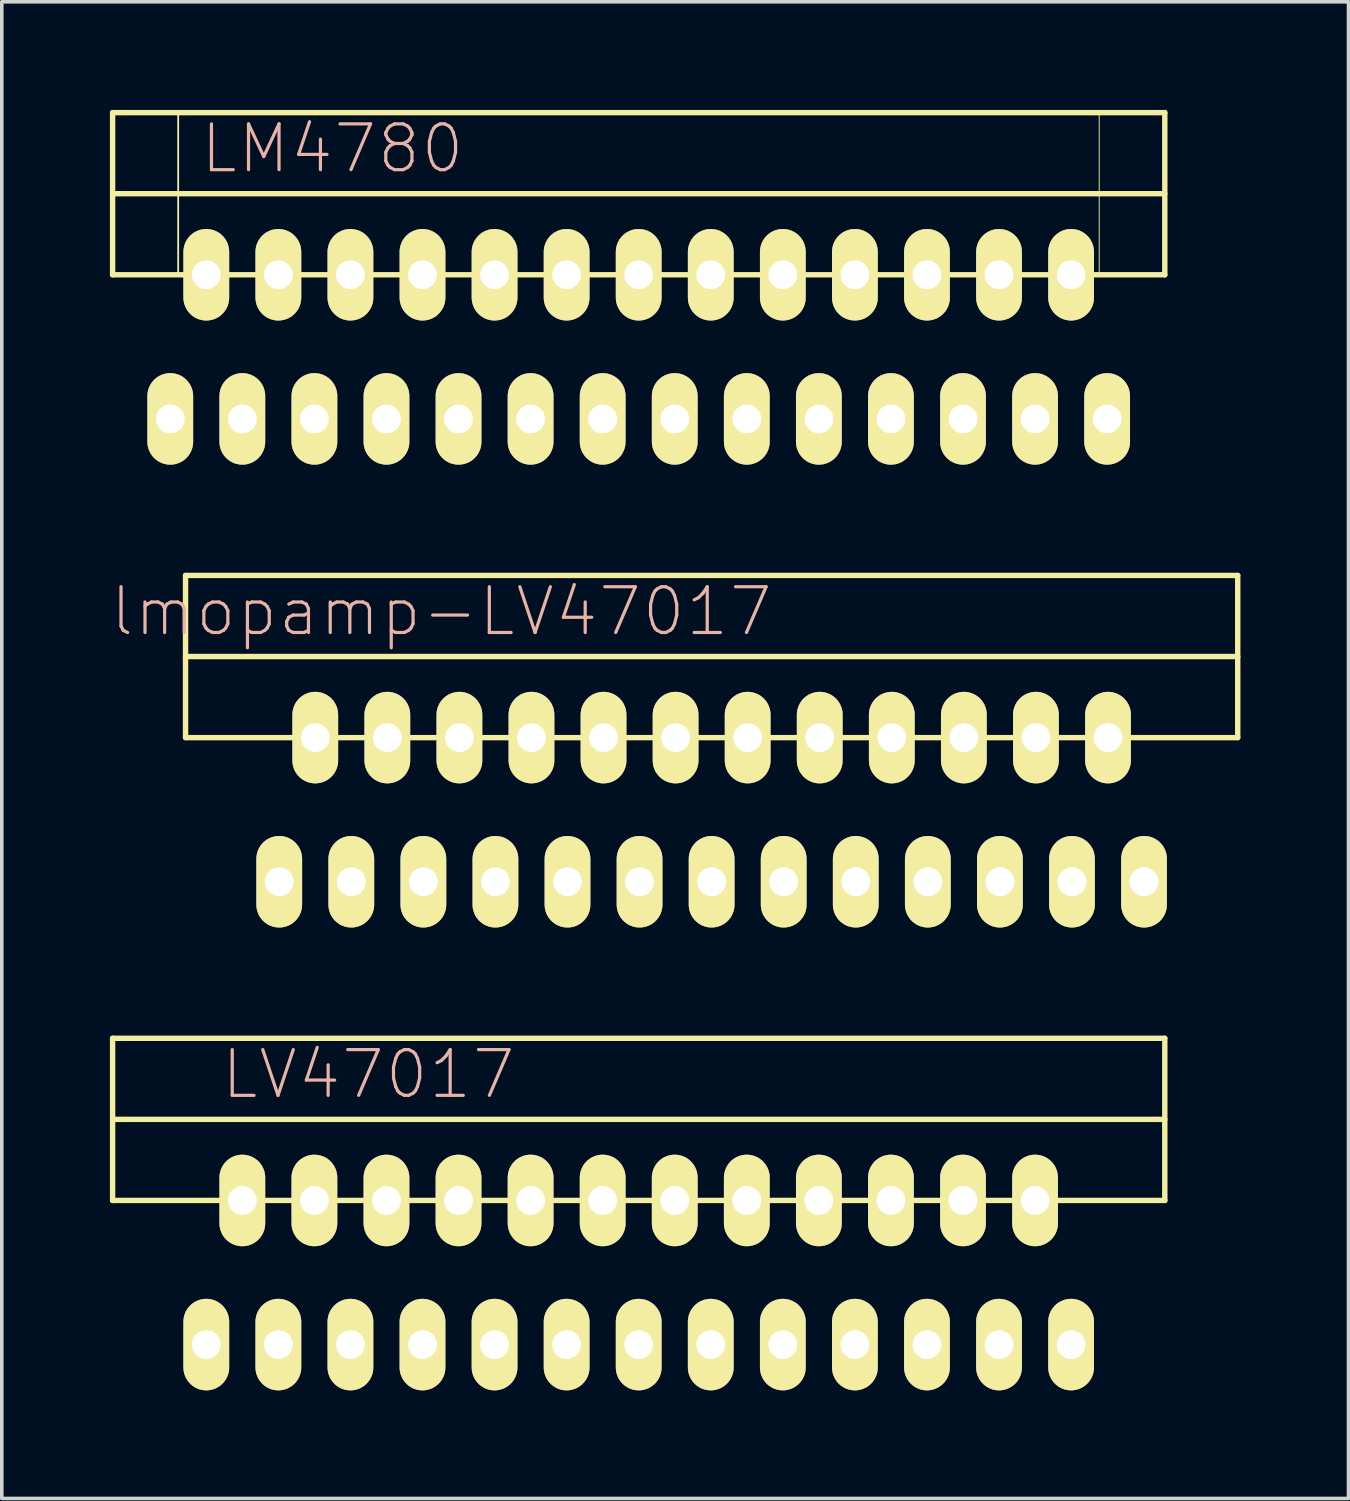
<source format=kicad_pcb>
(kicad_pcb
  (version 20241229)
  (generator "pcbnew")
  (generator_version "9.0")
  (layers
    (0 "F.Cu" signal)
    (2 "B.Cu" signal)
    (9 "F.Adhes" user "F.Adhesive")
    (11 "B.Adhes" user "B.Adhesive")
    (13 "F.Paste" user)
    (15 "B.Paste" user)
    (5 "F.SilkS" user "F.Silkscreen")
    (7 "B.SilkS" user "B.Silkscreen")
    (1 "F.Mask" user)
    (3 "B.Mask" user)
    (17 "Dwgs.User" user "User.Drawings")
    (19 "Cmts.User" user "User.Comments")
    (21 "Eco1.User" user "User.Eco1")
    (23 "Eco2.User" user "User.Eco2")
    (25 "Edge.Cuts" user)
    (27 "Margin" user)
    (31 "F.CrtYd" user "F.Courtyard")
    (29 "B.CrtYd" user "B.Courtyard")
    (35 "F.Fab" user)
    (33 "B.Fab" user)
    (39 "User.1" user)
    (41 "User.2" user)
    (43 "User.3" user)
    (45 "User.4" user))
  (footprint "lmopamp-LV47017"
    (layer "F.Cu")
    (at 16.699 17.42)
    (property "Reference" "lmopamp-LV47017" (at -7.5 -3.5 0) (layer "B.SilkS") (effects (font (size 1.27 1.27) (thickness 0.089))))
    (attr exclude_from_pos_files exclude_from_bom)
    (fp_line (start -14.6 -4.5) (end 14.6 -4.5) (stroke (width 0.15) (type solid)) (layer "F.SilkS"))
    (fp_line (start -14.6 -2.25) (end 14.6 -2.25) (stroke (width 0.15) (type solid)) (layer "F.SilkS"))
    (fp_line (start -14.6 0) (end -14.6 -4.5) (stroke (width 0.15) (type solid)) (layer "F.SilkS"))
    (fp_line (start 14.6 -4.5) (end 14.6 0) (stroke (width 0.15) (type solid)) (layer "F.SilkS"))
    (fp_line (start 14.6 0) (end -14.6 0) (stroke (width 0.15) (type solid)) (layer "F.SilkS"))
    (pad "1" thru_hole oval (at -12 4) (size 1.27 2.54) (drill 0.8) (layers "*.Cu" "F.Mask" "F.SilkS" "F.Paste"))
    (pad "2" thru_hole oval (at -11 0) (size 1.27 2.54) (drill 0.8) (layers "*.Cu" "F.Mask" "F.SilkS" "F.Paste"))
    (pad "3" thru_hole oval (at -10 4) (size 1.27 2.54) (drill 0.8) (layers "*.Cu" "F.Mask" "F.SilkS" "F.Paste"))
    (pad "4" thru_hole oval (at -9 0) (size 1.27 2.54) (drill 0.8) (layers "*.Cu" "F.Mask" "F.SilkS" "F.Paste"))
    (pad "5" thru_hole oval (at -8 4) (size 1.27 2.54) (drill 0.8) (layers "*.Cu" "F.Mask" "F.SilkS" "F.Paste"))
    (pad "6" thru_hole oval (at -7 0) (size 1.27 2.54) (drill 0.8) (layers "*.Cu" "F.Mask" "F.SilkS" "F.Paste"))
    (pad "7" thru_hole oval (at -6 4) (size 1.27 2.54) (drill 0.8) (layers "*.Cu" "F.Mask" "F.SilkS" "F.Paste"))
    (pad "8" thru_hole oval (at -5 0) (size 1.27 2.54) (drill 0.8) (layers "*.Cu" "F.Mask" "F.SilkS" "F.Paste"))
    (pad "9" thru_hole oval (at -4 4) (size 1.27 2.54) (drill 0.8) (layers "*.Cu" "F.Mask" "F.SilkS" "F.Paste"))
    (pad "10" thru_hole oval (at -3 0) (size 1.27 2.54) (drill 0.8) (layers "*.Cu" "F.Mask" "F.SilkS" "F.Paste"))
    (pad "11" thru_hole oval (at -2 4) (size 1.27 2.54) (drill 0.8) (layers "*.Cu" "F.Mask" "F.SilkS" "F.Paste"))
    (pad "12" thru_hole oval (at -1 0) (size 1.27 2.54) (drill 0.8) (layers "*.Cu" "F.Mask" "F.SilkS" "F.Paste"))
    (pad "13" thru_hole oval (at 0 4) (size 1.27 2.54) (drill 0.8) (layers "*.Cu" "F.Mask" "F.SilkS" "F.Paste"))
    (pad "14" thru_hole oval (at 1 0) (size 1.27 2.54) (drill 0.8) (layers "*.Cu" "F.Mask" "F.SilkS" "F.Paste"))
    (pad "15" thru_hole oval (at 2 4) (size 1.27 2.54) (drill 0.8) (layers "*.Cu" "F.Mask" "F.SilkS" "F.Paste"))
    (pad "16" thru_hole oval (at 3 0) (size 1.27 2.54) (drill 0.8) (layers "*.Cu" "F.Mask" "F.SilkS" "F.Paste"))
    (pad "17" thru_hole oval (at 4 4) (size 1.27 2.54) (drill 0.8) (layers "*.Cu" "F.Mask" "F.SilkS" "F.Paste"))
    (pad "18" thru_hole oval (at 5 0) (size 1.27 2.54) (drill 0.8) (layers "*.Cu" "F.Mask" "F.SilkS" "F.Paste"))
    (pad "19" thru_hole oval (at 6 4) (size 1.27 2.54) (drill 0.8) (layers "*.Cu" "F.Mask" "F.SilkS" "F.Paste"))
    (pad "20" thru_hole oval (at 7 0) (size 1.27 2.54) (drill 0.8) (layers "*.Cu" "F.Mask" "F.SilkS" "F.Paste"))
    (pad "21" thru_hole oval (at 8 4) (size 1.27 2.54) (drill 0.8) (layers "*.Cu" "F.Mask" "F.SilkS" "F.Paste"))
    (pad "22" thru_hole oval (at 9 0) (size 1.27 2.54) (drill 0.8) (layers "*.Cu" "F.Mask" "F.SilkS" "F.Paste"))
    (pad "23" thru_hole oval (at 10 4) (size 1.27 2.54) (drill 0.8) (layers "*.Cu" "F.Mask" "F.SilkS" "F.Paste"))
    (pad "24" thru_hole oval (at 11 0) (size 1.27 2.54) (drill 0.8) (layers "*.Cu" "F.Mask" "F.SilkS" "F.Paste"))
    (pad "25" thru_hole oval (at 12 4) (size 1.27 2.54) (drill 0.8) (layers "*.Cu" "F.Mask" "F.SilkS" "F.Paste")))
  (footprint "LM4780"
    (layer "F.Cu")
    (at 14.675 4.575)
    (property "Reference" "LM4780" (at -8.5 -3.5 0) (layer "B.SilkS") (effects (font (size 1.27 1.27) (thickness 0.089))))
    (attr exclude_from_pos_files exclude_from_bom)
    (fp_line (start -14.6 -4.5) (end 14.6 -4.5) (stroke (width 0.15) (type solid)) (layer "F.SilkS"))
    (fp_line (start -14.6 -2.25) (end 14.6 -2.25) (stroke (width 0.15) (type solid)) (layer "F.SilkS"))
    (fp_line (start -14.6 0) (end -14.6 -4.5) (stroke (width 0.15) (type solid)) (layer "F.SilkS"))
    (fp_line (start -12.78 -4.5) (end -12.78 0) (stroke (width 0.05) (type solid)) (layer "F.SilkS"))
    (fp_line (start 12.78 -4.5) (end 12.78 0) (stroke (width 0.025) (type solid)) (layer "F.SilkS"))
    (fp_line (start 14.6 -4.5) (end 14.6 0) (stroke (width 0.15) (type solid)) (layer "F.SilkS"))
    (fp_line (start 14.6 0) (end -14.6 0) (stroke (width 0.15) (type solid)) (layer "F.SilkS"))
    (pad "1" thru_hole oval (at -13 4) (size 1.27 2.54) (drill 0.8) (layers "*.Cu" "F.Mask" "F.SilkS" "F.Paste"))
    (pad "2" thru_hole oval (at -12 0) (size 1.27 2.54) (drill 0.8) (layers "*.Cu" "F.Mask" "F.SilkS" "F.Paste"))
    (pad "3" thru_hole oval (at -11 4) (size 1.27 2.54) (drill 0.8) (layers "*.Cu" "F.Mask" "F.SilkS" "F.Paste"))
    (pad "4" thru_hole oval (at -10 0) (size 1.27 2.54) (drill 0.8) (layers "*.Cu" "F.Mask" "F.SilkS" "F.Paste"))
    (pad "5" thru_hole oval (at -9 4) (size 1.27 2.54) (drill 0.8) (layers "*.Cu" "F.Mask" "F.SilkS" "F.Paste"))
    (pad "6" thru_hole oval (at -8 0) (size 1.27 2.54) (drill 0.8) (layers "*.Cu" "F.Mask" "F.SilkS" "F.Paste"))
    (pad "7" thru_hole oval (at -7 4) (size 1.27 2.54) (drill 0.8) (layers "*.Cu" "F.Mask" "F.SilkS" "F.Paste"))
    (pad "8" thru_hole oval (at -6 0) (size 1.27 2.54) (drill 0.8) (layers "*.Cu" "F.Mask" "F.SilkS" "F.Paste"))
    (pad "9" thru_hole oval (at -5 4) (size 1.27 2.54) (drill 0.8) (layers "*.Cu" "F.Mask" "F.SilkS" "F.Paste"))
    (pad "10" thru_hole oval (at -4 0) (size 1.27 2.54) (drill 0.8) (layers "*.Cu" "F.Mask" "F.SilkS" "F.Paste"))
    (pad "11" thru_hole oval (at -3 4) (size 1.27 2.54) (drill 0.8) (layers "*.Cu" "F.Mask" "F.SilkS" "F.Paste"))
    (pad "12" thru_hole oval (at -2 0) (size 1.27 2.54) (drill 0.8) (layers "*.Cu" "F.Mask" "F.SilkS" "F.Paste"))
    (pad "13" thru_hole oval (at -1 4) (size 1.27 2.54) (drill 0.8) (layers "*.Cu" "F.Mask" "F.SilkS" "F.Paste"))
    (pad "14" thru_hole oval (at 0 0) (size 1.27 2.54) (drill 0.8) (layers "*.Cu" "F.Mask" "F.SilkS" "F.Paste"))
    (pad "15" thru_hole oval (at 1 4) (size 1.27 2.54) (drill 0.8) (layers "*.Cu" "F.Mask" "F.SilkS" "F.Paste"))
    (pad "16" thru_hole oval (at 2 0) (size 1.27 2.54) (drill 0.8) (layers "*.Cu" "F.Mask" "F.SilkS" "F.Paste"))
    (pad "17" thru_hole oval (at 3 4) (size 1.27 2.54) (drill 0.8) (layers "*.Cu" "F.Mask" "F.SilkS" "F.Paste"))
    (pad "18" thru_hole oval (at 4 0) (size 1.27 2.54) (drill 0.8) (layers "*.Cu" "F.Mask" "F.SilkS" "F.Paste"))
    (pad "19" thru_hole oval (at 5 4) (size 1.27 2.54) (drill 0.8) (layers "*.Cu" "F.Mask" "F.SilkS" "F.Paste"))
    (pad "20" thru_hole oval (at 6 0) (size 1.27 2.54) (drill 0.8) (layers "*.Cu" "F.Mask" "F.SilkS" "F.Paste"))
    (pad "21" thru_hole oval (at 7 4) (size 1.27 2.54) (drill 0.8) (layers "*.Cu" "F.Mask" "F.SilkS" "F.Paste"))
    (pad "22" thru_hole oval (at 8 0) (size 1.27 2.54) (drill 0.8) (layers "*.Cu" "F.Mask" "F.SilkS" "F.Paste"))
    (pad "23" thru_hole oval (at 9 4) (size 1.27 2.54) (drill 0.8) (layers "*.Cu" "F.Mask" "F.SilkS" "F.Paste"))
    (pad "24" thru_hole oval (at 10 0) (size 1.27 2.54) (drill 0.8) (layers "*.Cu" "F.Mask" "F.SilkS" "F.Paste"))
    (pad "25" thru_hole oval (at 11 4) (size 1.27 2.54) (drill 0.8) (layers "*.Cu" "F.Mask" "F.SilkS" "F.Paste"))
    (pad "26" thru_hole oval (at 12 0) (size 1.27 2.54) (drill 0.8) (layers "*.Cu" "F.Mask" "F.SilkS" "F.Paste"))
    (pad "27" thru_hole oval (at 13 4) (size 1.27 2.54) (drill 0.8) (layers "*.Cu" "F.Mask" "F.SilkS" "F.Paste")))
  (footprint "LV47017"
    (layer "F.Cu")
    (at 14.675 30.265)
    (property "Reference" "LV47017" (at -7.5 -3.5 0) (layer "B.SilkS") (effects (font (size 1.27 1.27) (thickness 0.089))))
    (attr exclude_from_pos_files exclude_from_bom)
    (fp_line (start -14.6 -4.5) (end 14.6 -4.5) (stroke (width 0.15) (type solid)) (layer "F.SilkS"))
    (fp_line (start -14.6 -2.25) (end 14.6 -2.25) (stroke (width 0.15) (type solid)) (layer "F.SilkS"))
    (fp_line (start -14.6 0) (end -14.6 -4.5) (stroke (width 0.15) (type solid)) (layer "F.SilkS"))
    (fp_line (start 14.6 -4.5) (end 14.6 0) (stroke (width 0.15) (type solid)) (layer "F.SilkS"))
    (fp_line (start 14.6 0) (end -14.6 0) (stroke (width 0.15) (type solid)) (layer "F.SilkS"))
    (pad "1" thru_hole oval (at -12 4) (size 1.27 2.54) (drill 0.8) (layers "*.Cu" "F.Mask" "F.SilkS" "F.Paste"))
    (pad "2" thru_hole oval (at -11 0) (size 1.27 2.54) (drill 0.8) (layers "*.Cu" "F.Mask" "F.SilkS" "F.Paste"))
    (pad "3" thru_hole oval (at -10 4) (size 1.27 2.54) (drill 0.8) (layers "*.Cu" "F.Mask" "F.SilkS" "F.Paste"))
    (pad "4" thru_hole oval (at -9 0) (size 1.27 2.54) (drill 0.8) (layers "*.Cu" "F.Mask" "F.SilkS" "F.Paste"))
    (pad "5" thru_hole oval (at -8 4) (size 1.27 2.54) (drill 0.8) (layers "*.Cu" "F.Mask" "F.SilkS" "F.Paste"))
    (pad "6" thru_hole oval (at -7 0) (size 1.27 2.54) (drill 0.8) (layers "*.Cu" "F.Mask" "F.SilkS" "F.Paste"))
    (pad "7" thru_hole oval (at -6 4) (size 1.27 2.54) (drill 0.8) (layers "*.Cu" "F.Mask" "F.SilkS" "F.Paste"))
    (pad "8" thru_hole oval (at -5 0) (size 1.27 2.54) (drill 0.8) (layers "*.Cu" "F.Mask" "F.SilkS" "F.Paste"))
    (pad "9" thru_hole oval (at -4 4) (size 1.27 2.54) (drill 0.8) (layers "*.Cu" "F.Mask" "F.SilkS" "F.Paste"))
    (pad "10" thru_hole oval (at -3 0) (size 1.27 2.54) (drill 0.8) (layers "*.Cu" "F.Mask" "F.SilkS" "F.Paste"))
    (pad "11" thru_hole oval (at -2 4) (size 1.27 2.54) (drill 0.8) (layers "*.Cu" "F.Mask" "F.SilkS" "F.Paste"))
    (pad "12" thru_hole oval (at -1 0) (size 1.27 2.54) (drill 0.8) (layers "*.Cu" "F.Mask" "F.SilkS" "F.Paste"))
    (pad "13" thru_hole oval (at 0 4) (size 1.27 2.54) (drill 0.8) (layers "*.Cu" "F.Mask" "F.SilkS" "F.Paste"))
    (pad "14" thru_hole oval (at 1 0) (size 1.27 2.54) (drill 0.8) (layers "*.Cu" "F.Mask" "F.SilkS" "F.Paste"))
    (pad "15" thru_hole oval (at 2 4) (size 1.27 2.54) (drill 0.8) (layers "*.Cu" "F.Mask" "F.SilkS" "F.Paste"))
    (pad "16" thru_hole oval (at 3 0) (size 1.27 2.54) (drill 0.8) (layers "*.Cu" "F.Mask" "F.SilkS" "F.Paste"))
    (pad "17" thru_hole oval (at 4 4) (size 1.27 2.54) (drill 0.8) (layers "*.Cu" "F.Mask" "F.SilkS" "F.Paste"))
    (pad "18" thru_hole oval (at 5 0) (size 1.27 2.54) (drill 0.8) (layers "*.Cu" "F.Mask" "F.SilkS" "F.Paste"))
    (pad "19" thru_hole oval (at 6 4) (size 1.27 2.54) (drill 0.8) (layers "*.Cu" "F.Mask" "F.SilkS" "F.Paste"))
    (pad "20" thru_hole oval (at 7 0) (size 1.27 2.54) (drill 0.8) (layers "*.Cu" "F.Mask" "F.SilkS" "F.Paste"))
    (pad "21" thru_hole oval (at 8 4) (size 1.27 2.54) (drill 0.8) (layers "*.Cu" "F.Mask" "F.SilkS" "F.Paste"))
    (pad "22" thru_hole oval (at 9 0) (size 1.27 2.54) (drill 0.8) (layers "*.Cu" "F.Mask" "F.SilkS" "F.Paste"))
    (pad "23" thru_hole oval (at 10 4) (size 1.27 2.54) (drill 0.8) (layers "*.Cu" "F.Mask" "F.SilkS" "F.Paste"))
    (pad "24" thru_hole oval (at 11 0) (size 1.27 2.54) (drill 0.8) (layers "*.Cu" "F.Mask" "F.SilkS" "F.Paste"))
    (pad "25" thru_hole oval (at 12 4) (size 1.27 2.54) (drill 0.8) (layers "*.Cu" "F.Mask" "F.SilkS" "F.Paste")))
  (gr_rect
    (start -3 -3)
    (end 34.374 38.535)
    (stroke (width 0.1) (type default))
    (fill no)
    (layer "Edge.Cuts")))
</source>
